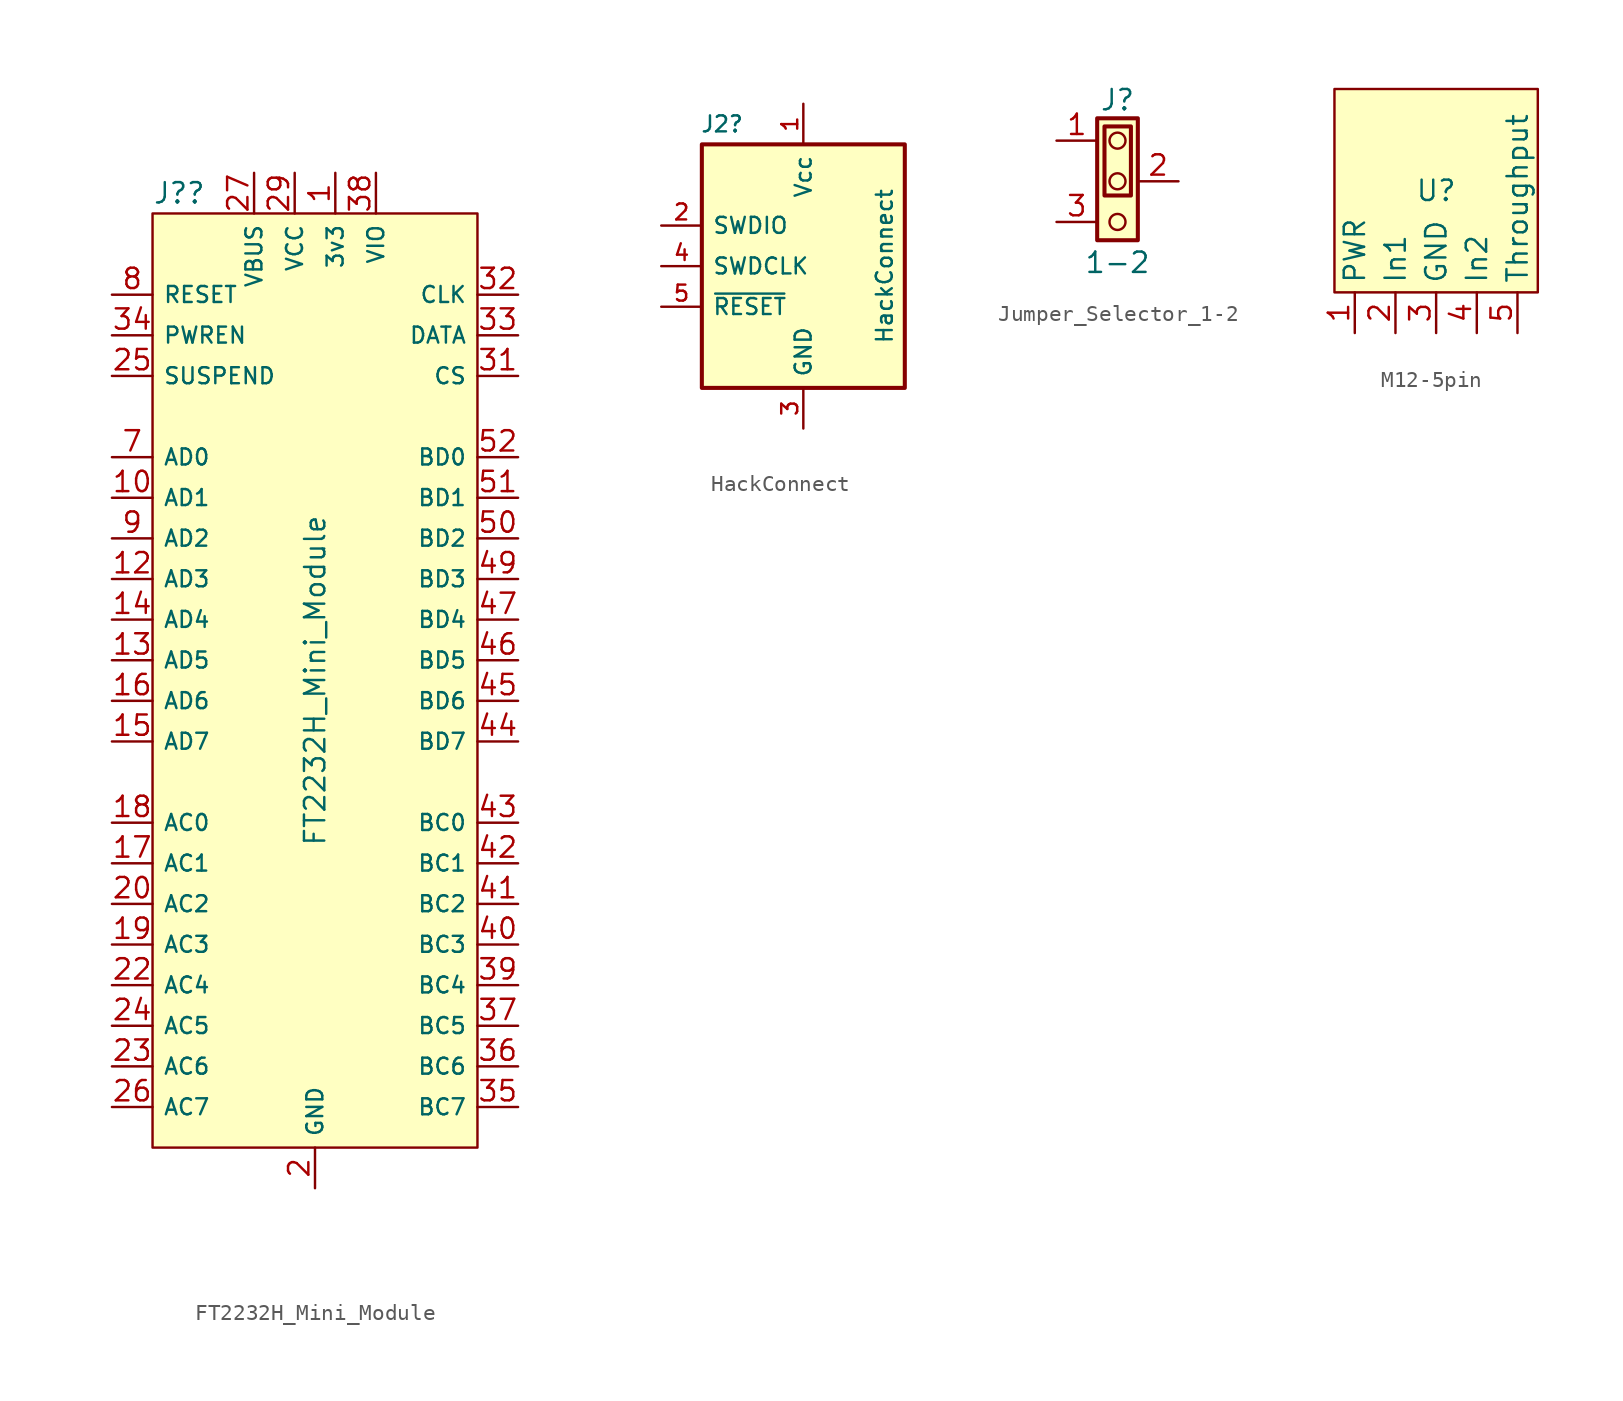
<source format=kicad_sym>
(kicad_symbol_lib
  (version 20241209)
  (generator "kicad_symbol_editor")
  (generator_version "9.0")
  (symbol "FT2232H_Mini_Module"
    (pin_names
      (offset 0.635))
    (property "Reference" "J?"
      (at 6.35 2.54 0)
      (do_not_autoplace)
      (effects (font (size 1.27 1.27)) (justify left)))
    (property "Value" "FT2232H_Mini_Module"
      (at 16.51 -27.94 90)
      (do_not_autoplace)
      (effects (font (size 1.27 1.27))))
    (symbol "FT2232H_Mini_Module_0_0"
      (pin passive line (at 3.81 -54.61 0) (length 2.54) (name "AC7" (effects (font (size 1 1)))) (number "26" (effects (font (size 1.27 1.27)))))
      (pin passive line (at 17.78 3.81 270) (length 2.54) (name "3v3" (effects (font (size 1 1)))) (number "1" (effects (font (size 1.27 1.27))))))
    (symbol "FT2232H_Mini_Module_1_0"
      (pin passive line (at 3.81 -3.81 0) (length 2.54) (name "RESET" (effects (font (size 1 1)))) (number "8" (effects (font (size 1.27 1.27)))))
      (pin passive line (at 3.81 -8.89 0) (length 2.54) (name "SUSPEND" (effects (font (size 1 1)))) (number "25" (effects (font (size 1.27 1.27)))))
      (pin passive line (at 3.81 -13.97 0) (length 2.54) (name "AD0" (effects (font (size 1 1)))) (number "7" (effects (font (size 1.27 1.27)))))
      (pin passive line (at 3.81 -16.51 0) (length 2.54) (name "AD1" (effects (font (size 1 1)))) (number "10" (effects (font (size 1.27 1.27)))))
      (pin passive line (at 3.81 -19.05 0) (length 2.54) (name "AD2" (effects (font (size 1 1)))) (number "9" (effects (font (size 1.27 1.27)))))
      (pin passive line (at 3.81 -21.59 0) (length 2.54) (name "AD3" (effects (font (size 1 1)))) (number "12" (effects (font (size 1.27 1.27)))))
      (pin passive line (at 3.81 -24.13 0) (length 2.54) (name "AD4" (effects (font (size 1 1)))) (number "14" (effects (font (size 1.27 1.27)))))
      (pin passive line (at 3.81 -26.67 0) (length 2.54) (name "AD5" (effects (font (size 1 1)))) (number "13" (effects (font (size 1.27 1.27)))))
      (pin passive line (at 3.81 -29.21 0) (length 2.54) (name "AD6" (effects (font (size 1 1)))) (number "16" (effects (font (size 1.27 1.27)))))
      (pin passive line (at 3.81 -31.75 0) (length 2.54) (name "AD7" (effects (font (size 1 1)))) (number "15" (effects (font (size 1.27 1.27)))))
      (pin passive line (at 3.81 -36.83 0) (length 2.54) (name "AC0" (effects (font (size 1 1)))) (number "18" (effects (font (size 1.27 1.27)))))
      (pin passive line (at 3.81 -39.37 0) (length 2.54) (name "AC1" (effects (font (size 1 1)))) (number "17" (effects (font (size 1.27 1.27)))))
      (pin passive line (at 3.81 -41.91 0) (length 2.54) (name "AC2" (effects (font (size 1 1)))) (number "20" (effects (font (size 1.27 1.27)))))
      (pin passive line (at 3.81 -44.45 0) (length 2.54) (name "AC3" (effects (font (size 1 1)))) (number "19" (effects (font (size 1.27 1.27)))))
      (pin passive line (at 3.81 -46.99 0) (length 2.54) (name "AC4" (effects (font (size 1 1)))) (number "22" (effects (font (size 1.27 1.27)))))
      (pin passive line (at 3.81 -49.53 0) (length 2.54) (name "AC5" (effects (font (size 1 1)))) (number "24" (effects (font (size 1.27 1.27)))))
      (pin passive line (at 3.81 -52.07 0) (length 2.54) (name "AC6" (effects (font (size 1 1)))) (number "23" (effects (font (size 1.27 1.27)))))
      (pin passive line (at 16.51 -59.69 90) (length 2.54) (name "GND" (effects (font (size 1 1)))) (number "2" (effects (font (size 1.27 1.27)))))
      (pin passive line (at 16.51 -59.69 90) (length 2.54) (hide yes) (name "GND" (effects (font (size 1 1)))) (number "4" (effects (font (size 1.27 1.27)))))
      (pin passive line (at 16.51 -59.69 90) (length 2.54) (hide yes) (name "GND" (effects (font (size 1 1)))) (number "6" (effects (font (size 1.27 1.27)))))
      (pin passive line (at 17.78 3.81 270) (length 2.54) (hide yes) (name "3v3" (effects (font (size 1 1)))) (number "3" (effects (font (size 1.27 1.27)))))
      (pin passive line (at 17.78 3.81 270) (length 2.54) (hide yes) (name "3v3" (effects (font (size 1 1)))) (number "5" (effects (font (size 1.27 1.27)))))
      (pin passive line (at 20.32 3.81 270) (length 2.54) (hide yes) (name "VIO" (effects (font (size 1 1)))) (number "11" (effects (font (size 1.27 1.27)))))
      (pin passive line (at 20.32 3.81 270) (length 2.54) (hide yes) (name "VIO" (effects (font (size 1 1)))) (number "21" (effects (font (size 1.27 1.27))))))
    (symbol "FT2232H_Mini_Module_1_1"
      (rectangle (start 6.35 1.27) (end 26.67 -57.15) (stroke (width 0) (type solid)) (fill (type background)))
      (pin passive line (at 3.81 -6.35 0) (length 2.54) (name "PWREN" (effects (font (size 1 1)))) (number "34" (effects (font (size 1.27 1.27)))))
      (pin passive line (at 12.7 3.81 270) (length 2.54) (name "VBUS" (effects (font (size 1 1)))) (number "27" (effects (font (size 1.27 1.27)))))
      (pin passive line (at 15.24 3.81 270) (length 2.54) (name "VCC" (effects (font (size 1 1)))) (number "29" (effects (font (size 1.27 1.27)))))
      (pin passive line (at 16.51 -59.69 90) (length 2.54) (hide yes) (name "GND" (effects (font (size 1 1)))) (number "28" (effects (font (size 1.27 1.27)))))
      (pin passive line (at 16.51 -59.69 90) (length 2.54) (hide yes) (name "GND" (effects (font (size 1 1)))) (number "30" (effects (font (size 1.27 1.27)))))
      (pin passive line (at 20.32 3.81 270) (length 2.54) (name "VIO" (effects (font (size 1 1)))) (number "38" (effects (font (size 1.27 1.27)))))
      (pin passive line (at 20.32 3.81 270) (length 2.54) (hide yes) (name "VIO" (effects (font (size 1 1)))) (number "48" (effects (font (size 1.27 1.27)))))
      (pin passive line (at 29.21 -3.81 180) (length 2.54) (name "CLK" (effects (font (size 1 1)))) (number "32" (effects (font (size 1.27 1.27)))))
      (pin passive line (at 29.21 -6.35 180) (length 2.54) (name "DATA" (effects (font (size 1 1)))) (number "33" (effects (font (size 1.27 1.27)))))
      (pin passive line (at 29.21 -8.89 180) (length 2.54) (name "CS" (effects (font (size 1 1)))) (number "31" (effects (font (size 1.27 1.27)))))
      (pin passive line (at 29.21 -13.97 180) (length 2.54) (name "BD0" (effects (font (size 1 1)))) (number "52" (effects (font (size 1.27 1.27)))))
      (pin passive line (at 29.21 -16.51 180) (length 2.54) (name "BD1" (effects (font (size 1 1)))) (number "51" (effects (font (size 1.27 1.27)))))
      (pin passive line (at 29.21 -19.05 180) (length 2.54) (name "BD2" (effects (font (size 1 1)))) (number "50" (effects (font (size 1.27 1.27)))))
      (pin passive line (at 29.21 -21.59 180) (length 2.54) (name "BD3" (effects (font (size 1 1)))) (number "49" (effects (font (size 1.27 1.27)))))
      (pin passive line (at 29.21 -24.13 180) (length 2.54) (name "BD4" (effects (font (size 1 1)))) (number "47" (effects (font (size 1.27 1.27)))))
      (pin passive line (at 29.21 -26.67 180) (length 2.54) (name "BD5" (effects (font (size 1 1)))) (number "46" (effects (font (size 1.27 1.27)))))
      (pin passive line (at 29.21 -29.21 180) (length 2.54) (name "BD6" (effects (font (size 1 1)))) (number "45" (effects (font (size 1.27 1.27)))))
      (pin passive line (at 29.21 -31.75 180) (length 2.54) (name "BD7" (effects (font (size 1 1)))) (number "44" (effects (font (size 1.27 1.27)))))
      (pin passive line (at 29.21 -36.83 180) (length 2.54) (name "BC0" (effects (font (size 1 1)))) (number "43" (effects (font (size 1.27 1.27)))))
      (pin passive line (at 29.21 -39.37 180) (length 2.54) (name "BC1" (effects (font (size 1 1)))) (number "42" (effects (font (size 1.27 1.27)))))
      (pin passive line (at 29.21 -41.91 180) (length 2.54) (name "BC2" (effects (font (size 1 1)))) (number "41" (effects (font (size 1.27 1.27)))))
      (pin passive line (at 29.21 -44.45 180) (length 2.54) (name "BC3" (effects (font (size 1 1)))) (number "40" (effects (font (size 1.27 1.27)))))
      (pin passive line (at 29.21 -46.99 180) (length 2.54) (name "BC4" (effects (font (size 1 1)))) (number "39" (effects (font (size 1.27 1.27)))))
      (pin passive line (at 29.21 -49.53 180) (length 2.54) (name "BC5" (effects (font (size 1 1)))) (number "37" (effects (font (size 1.27 1.27)))))
      (pin passive line (at 29.21 -52.07 180) (length 2.54) (name "BC6" (effects (font (size 1 1)))) (number "36" (effects (font (size 1.27 1.27)))))
      (pin passive line (at 29.21 -54.61 180) (length 2.54) (name "BC7" (effects (font (size 1 1)))) (number "35" (effects (font (size 1.27 1.27)))))))
  (symbol "HackConnect"
    (pin_names
      (offset 0.635))
    (property "Reference" "J2"
      (at 1.27 1.27 0)
      (effects (font (size 1 1))))
    (property "Value" "HackConnect"
      (at 11.43 -7.62 90)
      (do_not_autoplace)
      (effects (font (size 1 1))))
    (symbol "HackConnect_0_1"
      (rectangle (start 0 0) (end 12.7 -15.24) (stroke (width 0.254) (type default)) (fill (type background))))
    (symbol "HackConnect_1_1"
      (pin bidirectional line (at -2.54 -5.08 0) (length 2.54) (name "SWDIO" (effects (font (size 1 1)))) (number "2" (effects (font (size 1 1)))))
      (pin output line (at -2.54 -7.62 0) (length 2.54) (name "SWDCLK" (effects (font (size 1 1)))) (number "4" (effects (font (size 1 1)))))
      (pin output line (at -2.54 -10.16 0) (length 2.54) (name "~{RESET}" (effects (font (size 1 1)))) (number "5" (effects (font (size 1 1)))))
      (pin power_in line (at 6.35 2.54 270) (length 2.54) (name "Vcc" (effects (font (size 1 1)))) (number "1" (effects (font (size 1 1)))))
      (pin power_in line (at 6.35 -17.78 90) (length 2.54) (name "GND" (effects (font (size 1 1)))) (number "3" (effects (font (size 1 1)))))))
  (symbol "Jumper_Selector_1-2"
    (pin_names
      (offset 0.635)
      (hide yes))
    (property "Reference" "J"
      (at 0 5.08 0)
      (effects (font (size 1.27 1.27))))
    (property "Value" "1-2"
      (at 0 -5.08 0)
      (effects (font (size 1.27 1.27))))
    (symbol "Jumper_Selector_1-2_1_1"
      (rectangle (start -1.27 3.937) (end 1.27 -3.683) (stroke (width 0.254) (type default)) (fill (type background)))
      (rectangle (start -0.813 3.429) (end 0.838 -0.889) (stroke (width 0.254) (type default)) (fill (type none)))
      (circle (center 0 2.54) (radius 0.5) (stroke (width 0) (type default)) (fill (type background)))
      (circle (center 0 0) (radius 0.5) (stroke (width 0) (type default)) (fill (type background)))
      (circle (center 0 -2.54) (radius 0.5) (stroke (width 0) (type default)) (fill (type background)))
      (pin passive line (at -3.81 2.54 0) (length 2.54) (name "Pin_1" (effects (font (size 1 1)))) (number "1" (effects (font (size 1.27 1.27)))))
      (pin passive line (at -3.81 -2.54 0) (length 2.54) (name "Pin_3" (effects (font (size 1 1)))) (number "3" (effects (font (size 1.27 1.27)))))
      (pin passive line (at 3.81 0 180) (length 2.54) (name "Pin_2" (effects (font (size 1 1)))) (number "2" (effects (font (size 1.27 1.27)))))))
  (symbol "M12-5pin"
    (property "Reference" "U"
      (at 0 3.81 0)
      (effects (font (size 1.27 1.27))))
    (property "Value" ""
      (at 0 0 0)
      (effects (font (size 1.27 1.27))))
    (symbol "M12-5pin_1_1"
      (rectangle (start -6.35 10.16) (end 6.35 -2.54) (stroke (width 0) (type default)) (fill (type background)))
      (pin input line (at -5.08 -5.08 90) (length 2.54) (name "PWR" (effects (font (size 1.27 1.27)))) (number "1" (effects (font (size 1.27 1.27)))))
      (pin input line (at -2.54 -5.08 90) (length 2.54) (name "In1" (effects (font (size 1.27 1.27)))) (number "2" (effects (font (size 1.27 1.27)))))
      (pin input line (at 0 -5.08 90) (length 2.54) (name "GND" (effects (font (size 1.27 1.27)))) (number "3" (effects (font (size 1.27 1.27)))))
      (pin input line (at 2.54 -5.08 90) (length 2.54) (name "In2" (effects (font (size 1.27 1.27)))) (number "4" (effects (font (size 1.27 1.27)))))
      (pin input line (at 5.08 -5.08 90) (length 2.54) (name "Throughput" (effects (font (size 1.27 1.27)))) (number "5" (effects (font (size 1.27 1.27))))))))
</source>
